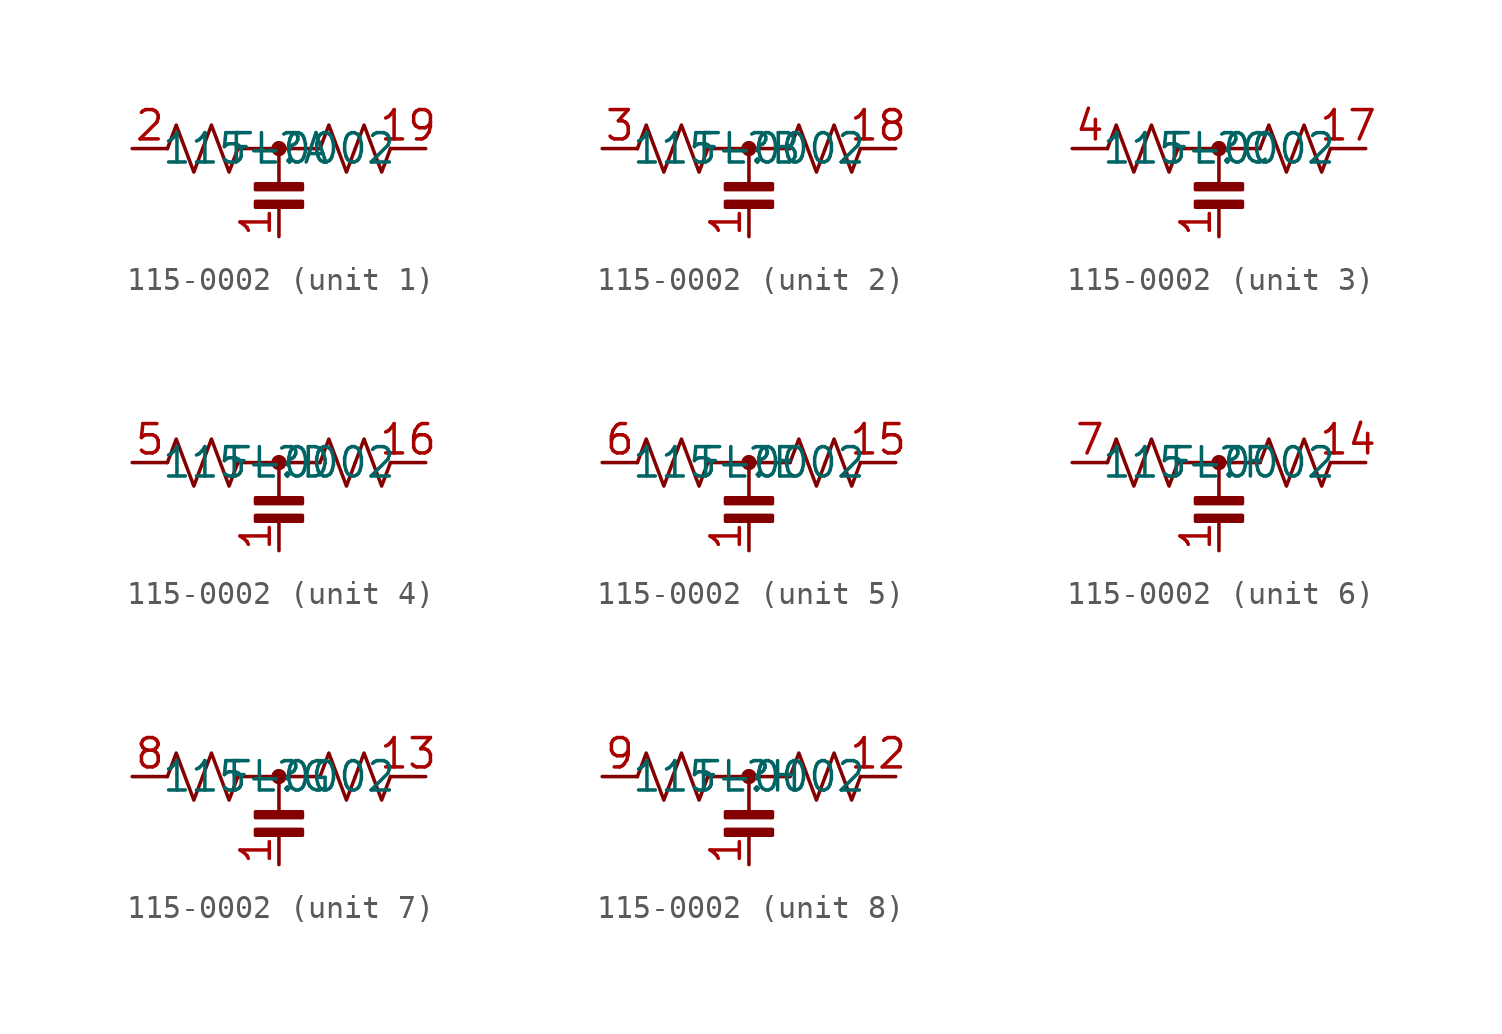
<source format=kicad_sym>
(kicad_symbol_lib
  (version 20241209)
  (generator "kicad_symbol_editor")
  (generator_version "9.0")
  (symbol "115-0002"
    (property "Reference" "FL"
      (at 0 0 0)
      (effects (font (size 1.27 1.27))))
    (property "Value" "115-0002"
      (at 0 0 0)
      (effects (font (size 1.27 1.27))))
    (symbol "115-0002_0_1"
      (polyline (pts (xy -4.826 0) (xy -4.445 1.016) (xy -4.064 0) (xy -3.683 -1.016) (xy -3.302 0)) (stroke (width 0) (type default)) (fill (type none)))
      (polyline (pts (xy -3.302 0) (xy -2.921 1.016) (xy -2.54 0) (xy -2.159 -1.016) (xy -1.778 0)) (stroke (width 0) (type default)) (fill (type none)))
      (polyline (pts (xy -1.778 0) (xy 1.778 0)) (stroke (width 0) (type default)) (fill (type none)))
      (rectangle (start -1.016 -1.524) (end 1.016 -1.778) (stroke (width 0) (type default)) (fill (type outline)))
      (rectangle (start -1.016 -2.286) (end 1.016 -2.54) (stroke (width 0) (type default)) (fill (type outline)))
      (polyline (pts (xy 0 0) (xy 0 -1.524)) (stroke (width 0) (type default)) (fill (type none)))
      (circle (center 0 0) (radius 0.254) (stroke (width 0) (type default)) (fill (type outline)))
      (polyline (pts (xy 3.302 0) (xy 2.921 -1.016) (xy 2.54 0) (xy 2.159 1.016) (xy 1.778 0)) (stroke (width 0) (type default)) (fill (type none)))
      (polyline (pts (xy 4.826 0) (xy 4.445 -1.016) (xy 4.064 0) (xy 3.683 1.016) (xy 3.302 0)) (stroke (width 0) (type default)) (fill (type none)))
      (pin passive line (at 0 -3.81 90) (length 1.27) (name "~" (effects (font (size 1.27 1.27)))) (number "1" (effects (font (size 1.27 1.27)))))
      (pin passive line (at 0 -3.81 90) (length 1.27) (hide yes) (name "~" (effects (font (size 1.27 1.27)))) (number "10" (effects (font (size 1.27 1.27)))))
      (pin passive line (at 0 -3.81 90) (length 1.27) (hide yes) (name "~" (effects (font (size 1.27 1.27)))) (number "11" (effects (font (size 1.27 1.27)))))
      (pin passive line (at 0 -3.81 90) (length 1.27) (hide yes) (name "~" (effects (font (size 1.27 1.27)))) (number "20" (effects (font (size 1.27 1.27))))))
    (symbol "115-0002_1_1"
      (pin passive line (at -6.35 0 0) (length 1.524) (name "~" (effects (font (size 1.27 1.27)))) (number "2" (effects (font (size 1.27 1.27)))))
      (pin passive line (at 6.35 0 180) (length 1.524) (name "~" (effects (font (size 1.27 1.27)))) (number "19" (effects (font (size 1.27 1.27))))))
    (symbol "115-0002_2_1"
      (pin passive line (at -6.35 0 0) (length 1.524) (name "~" (effects (font (size 1.27 1.27)))) (number "3" (effects (font (size 1.27 1.27)))))
      (pin passive line (at 6.35 0 180) (length 1.524) (name "~" (effects (font (size 1.27 1.27)))) (number "18" (effects (font (size 1.27 1.27))))))
    (symbol "115-0002_3_1"
      (pin passive line (at -6.35 0 0) (length 1.524) (name "~" (effects (font (size 1.27 1.27)))) (number "4" (effects (font (size 1.27 1.27)))))
      (pin passive line (at 6.35 0 180) (length 1.524) (name "~" (effects (font (size 1.27 1.27)))) (number "17" (effects (font (size 1.27 1.27))))))
    (symbol "115-0002_4_1"
      (pin passive line (at -6.35 0 0) (length 1.524) (name "~" (effects (font (size 1.27 1.27)))) (number "5" (effects (font (size 1.27 1.27)))))
      (pin passive line (at 6.35 0 180) (length 1.524) (name "~" (effects (font (size 1.27 1.27)))) (number "16" (effects (font (size 1.27 1.27))))))
    (symbol "115-0002_5_1"
      (pin passive line (at -6.35 0 0) (length 1.524) (name "~" (effects (font (size 1.27 1.27)))) (number "6" (effects (font (size 1.27 1.27)))))
      (pin passive line (at 6.35 0 180) (length 1.524) (name "~" (effects (font (size 1.27 1.27)))) (number "15" (effects (font (size 1.27 1.27))))))
    (symbol "115-0002_6_1"
      (pin passive line (at -6.35 0 0) (length 1.524) (name "~" (effects (font (size 1.27 1.27)))) (number "7" (effects (font (size 1.27 1.27)))))
      (pin passive line (at 6.35 0 180) (length 1.524) (name "~" (effects (font (size 1.27 1.27)))) (number "14" (effects (font (size 1.27 1.27))))))
    (symbol "115-0002_7_1"
      (pin passive line (at -6.35 0 0) (length 1.524) (name "~" (effects (font (size 1.27 1.27)))) (number "8" (effects (font (size 1.27 1.27)))))
      (pin passive line (at 6.35 0 180) (length 1.524) (name "~" (effects (font (size 1.27 1.27)))) (number "13" (effects (font (size 1.27 1.27))))))
    (symbol "115-0002_8_1"
      (pin passive line (at -6.35 0 0) (length 1.524) (name "~" (effects (font (size 1.27 1.27)))) (number "9" (effects (font (size 1.27 1.27)))))
      (pin passive line (at 6.35 0 180) (length 1.524) (name "~" (effects (font (size 1.27 1.27)))) (number "12" (effects (font (size 1.27 1.27))))))))
</source>
